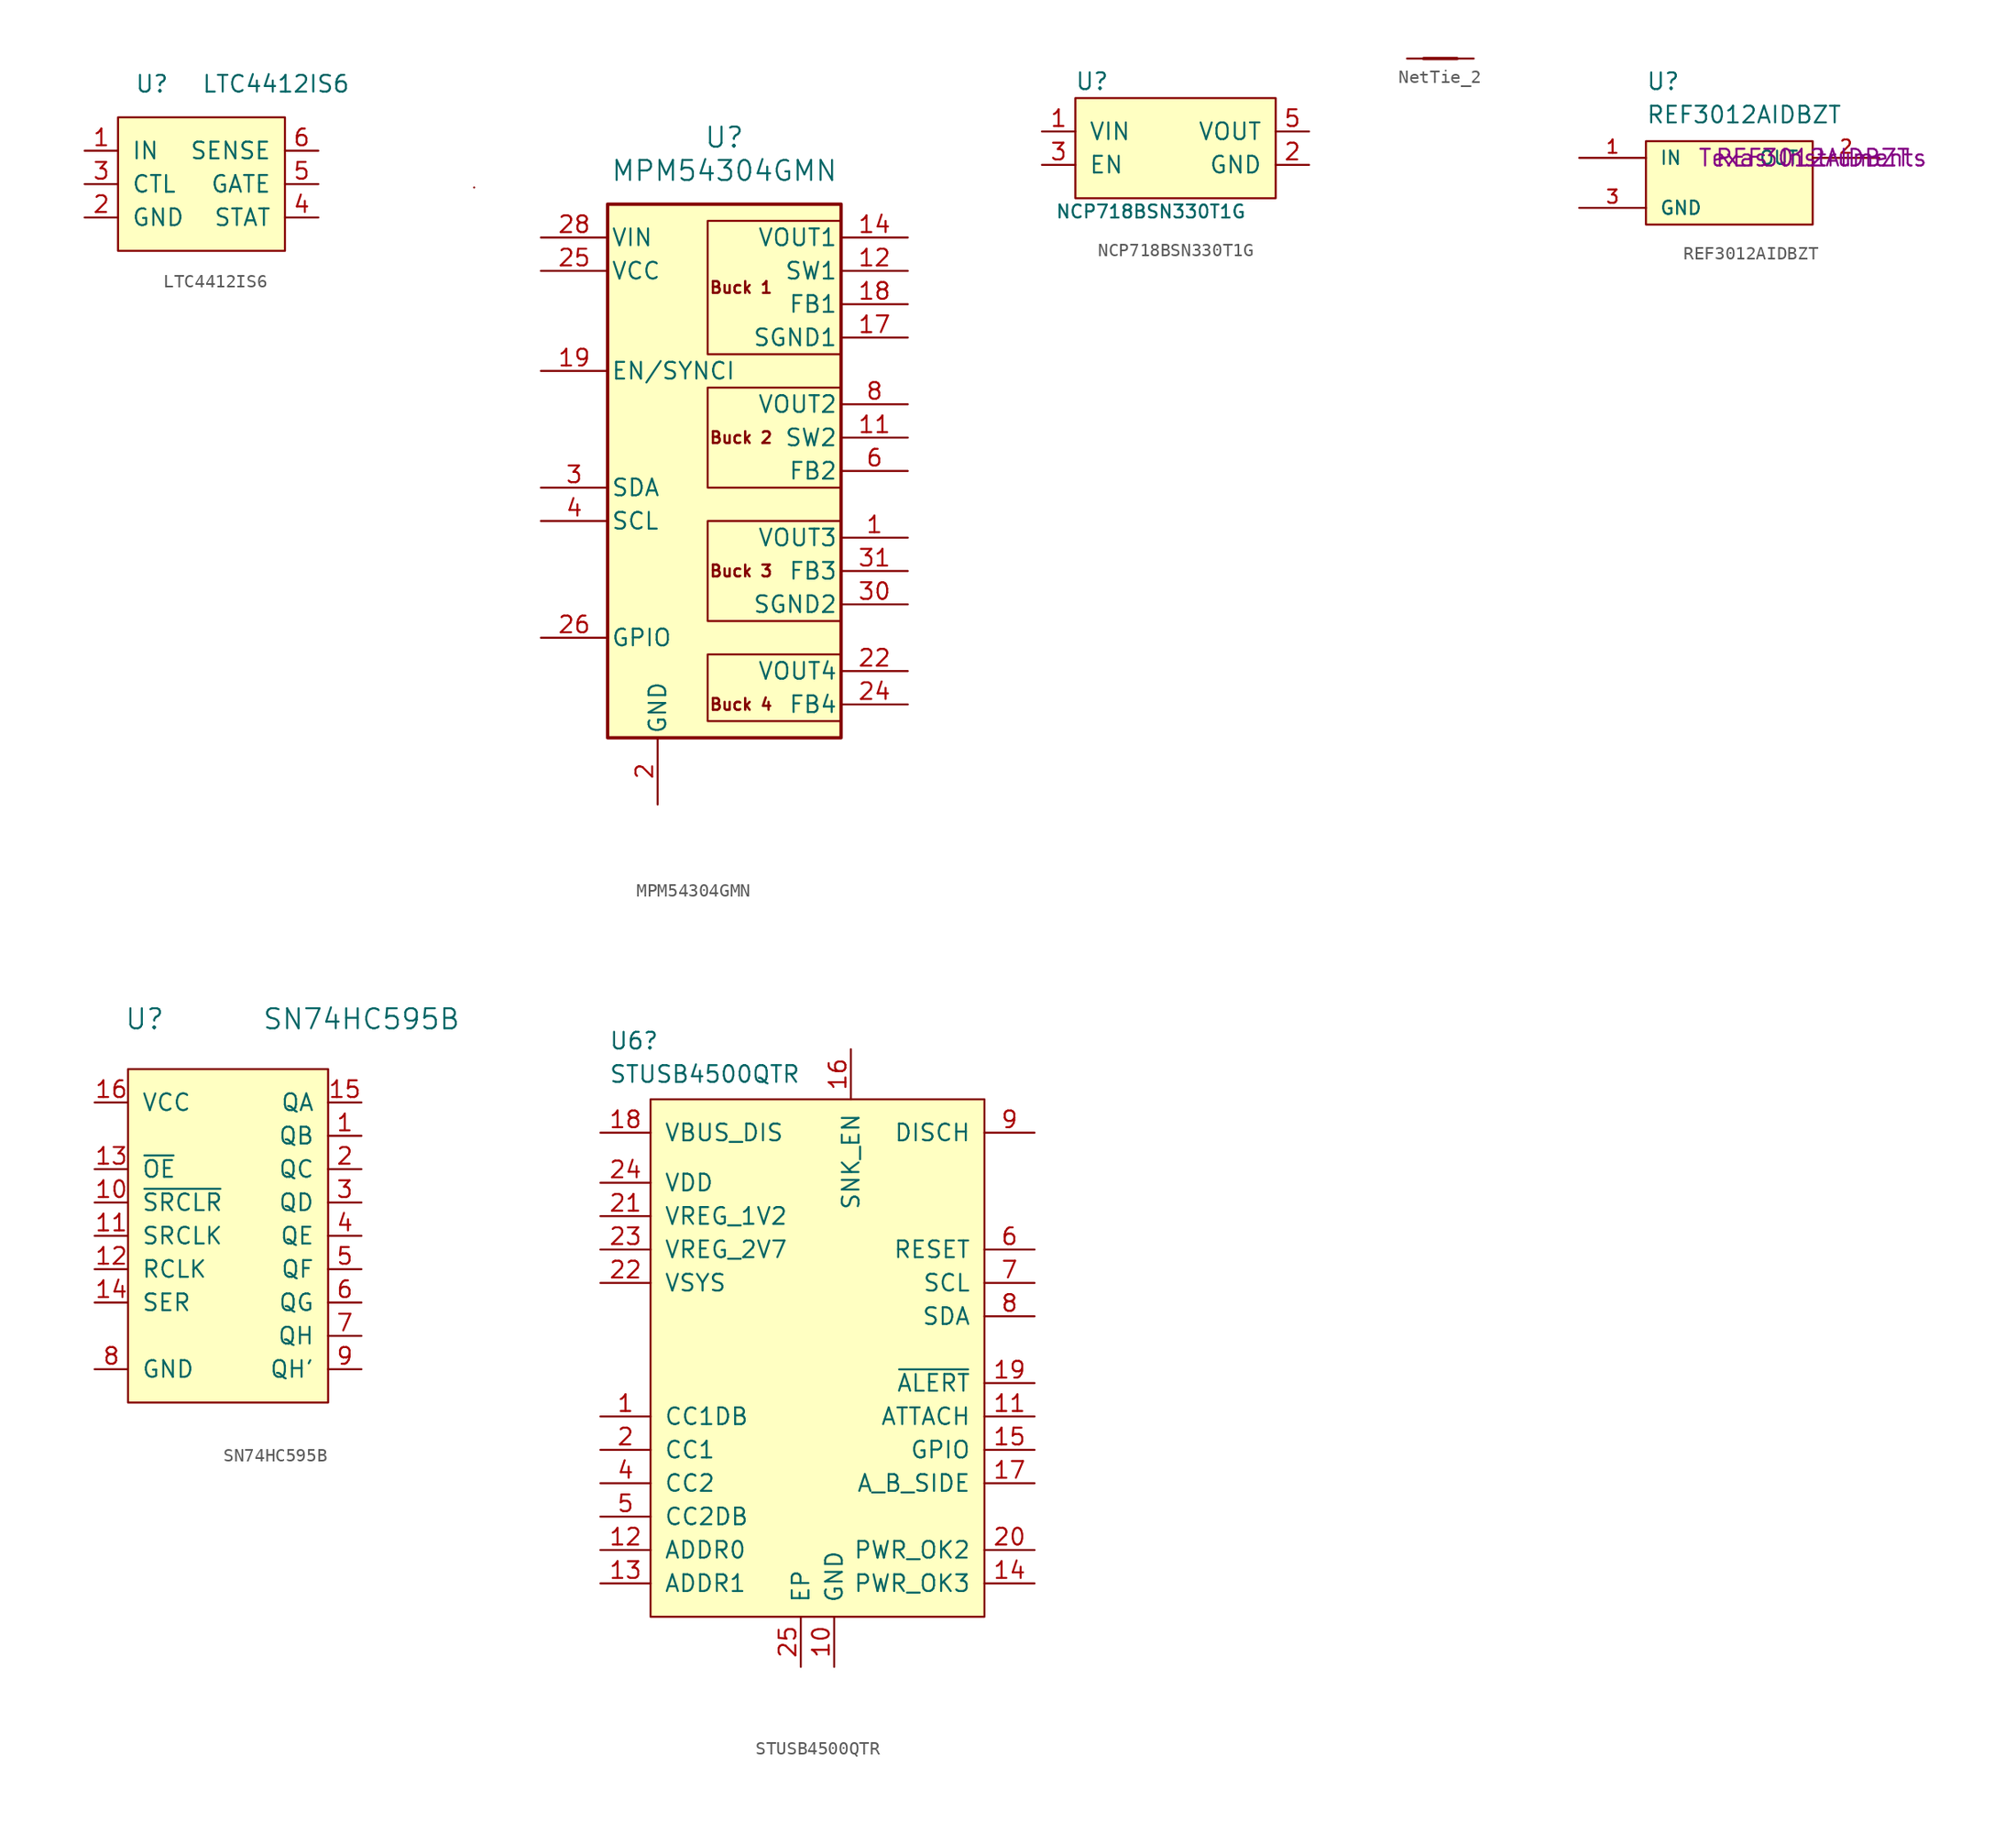
<source format=kicad_sym>
(kicad_symbol_lib
  (version 20211014)
  (generator kicad_symbol_editor)
  (symbol "LTC4412IS6"
    (pin_names
      (offset 1.016))
    (property "Reference" "U"
      (at -5.08 7.62 0)
      (effects (font (size 1.27 1.27)) (justify left)))
    (property "Value" "LTC4412IS6"
      (at 0 7.62 0)
      (effects (font (size 1.27 1.27)) (justify left)))
    (symbol "LTC4412IS6_0_1"
      (rectangle (start -6.35 5.08) (end 6.35 -5.08) (stroke (width 0) (type default) (color 0 0 0 0)) (fill (type background))))
    (symbol "LTC4412IS6_1_1"
      (pin power_in line (at -8.89 2.54 0) (length 2.54) (name "IN" (effects (font (size 1.27 1.27)))) (number "1" (effects (font (size 1.27 1.27)))))
      (pin power_in line (at -8.89 -2.54 0) (length 2.54) (name "GND" (effects (font (size 1.27 1.27)))) (number "2" (effects (font (size 1.27 1.27)))))
      (pin input line (at -8.89 0 0) (length 2.54) (name "CTL" (effects (font (size 1.27 1.27)))) (number "3" (effects (font (size 1.27 1.27)))))
      (pin output line (at 8.89 -2.54 180) (length 2.54) (name "STAT" (effects (font (size 1.27 1.27)))) (number "4" (effects (font (size 1.27 1.27)))))
      (pin output line (at 8.89 0 180) (length 2.54) (name "GATE" (effects (font (size 1.27 1.27)))) (number "5" (effects (font (size 1.27 1.27)))))
      (pin input line (at 8.89 2.54 180) (length 2.54) (name "SENSE" (effects (font (size 1.27 1.27)))) (number "6" (effects (font (size 1.27 1.27)))))))
  (symbol "MPM54304GMN"
    (pin_names
      (offset 0.254))
    (property "Reference" "U"
      (at 0 25.4 0)
      (effects (font (size 1.524 1.524))))
    (property "Value" "MPM54304GMN"
      (at 0 22.86 0)
      (effects (font (size 1.524 1.524))))
    (symbol "MPM54304GMN_0_0"
      (polyline (pts (xy 8.89 -13.97) (xy -1.27 -13.97) (xy -1.27 -19.05) (xy 8.89 -19.05)) (stroke (width 0.152) (type default) (color 0 0 0 0)) (fill (type none)))
      (polyline (pts (xy 8.89 -3.81) (xy -1.27 -3.81) (xy -1.27 -11.43) (xy 8.89 -11.43)) (stroke (width 0.152) (type default) (color 0 0 0 0)) (fill (type none)))
      (polyline (pts (xy 8.89 6.35) (xy -1.27 6.35) (xy -1.27 -1.27) (xy 8.89 -1.27)) (stroke (width 0.152) (type default) (color 0 0 0 0)) (fill (type none)))
      (polyline (pts (xy 8.89 19.05) (xy -1.27 19.05) (xy -1.27 8.89) (xy 8.89 8.89)) (stroke (width 0.152) (type default) (color 0 0 0 0)) (fill (type none)))
      (text "Buck 1" (at 1.27 13.97 0) (effects (font (size 0.889 0.889) bold)))
      (text "Buck 2" (at 1.27 2.54 0) (effects (font (size 0.889 0.889) bold)))
      (text "Buck 3" (at 1.27 -7.62 0) (effects (font (size 0.889 0.889) bold)))
      (text "Buck 4" (at 1.27 -17.78 0) (effects (font (size 0.889 0.889) bold))))
    (symbol "MPM54304GMN_0_1"
      (rectangle (start -19.05 21.59) (end -19.05 21.59) (stroke (width 0) (type default) (color 0 0 0 0)) (fill (type none))))
    (symbol "MPM54304GMN_1_1"
      (rectangle (start -8.89 20.32) (end 8.89 -20.32) (stroke (width 0.254) (type default) (color 0 0 0 0)) (fill (type background)))
      (pin power_out line (at 13.97 -5.08 180) (length 5.08) (name "VOUT3" (effects (font (size 1.27 1.27)))) (number "1" (effects (font (size 1.27 1.27)))))
      (pin passive line (at -5.08 -25.4 90) (length 5.08) hide (name "GND" (effects (font (size 1.27 1.27)))) (number "10" (effects (font (size 1.27 1.27)))))
      (pin power_out line (at 13.97 2.54 180) (length 5.08) (name "SW2" (effects (font (size 1.27 1.27)))) (number "11" (effects (font (size 1.27 1.27)))))
      (pin power_out line (at 13.97 15.24 180) (length 5.08) (name "SW1" (effects (font (size 1.27 1.27)))) (number "12" (effects (font (size 1.27 1.27)))))
      (pin passive line (at -5.08 -25.4 90) (length 5.08) hide (name "GND" (effects (font (size 1.27 1.27)))) (number "13" (effects (font (size 1.27 1.27)))))
      (pin power_out line (at 13.97 17.78 180) (length 5.08) (name "VOUT1" (effects (font (size 1.27 1.27)))) (number "14" (effects (font (size 1.27 1.27)))))
      (pin passive line (at 13.97 17.78 180) (length 5.08) hide (name "VOUT1" (effects (font (size 1.27 1.27)))) (number "15" (effects (font (size 1.27 1.27)))))
      (pin passive line (at -5.08 -25.4 90) (length 5.08) hide (name "GND" (effects (font (size 1.27 1.27)))) (number "16" (effects (font (size 1.27 1.27)))))
      (pin power_out line (at 13.97 10.16 180) (length 5.08) (name "SGND1" (effects (font (size 1.27 1.27)))) (number "17" (effects (font (size 1.27 1.27)))))
      (pin input line (at 13.97 12.7 180) (length 5.08) (name "FB1" (effects (font (size 1.27 1.27)))) (number "18" (effects (font (size 1.27 1.27)))))
      (pin input line (at -13.97 7.62 0) (length 5.08) (name "EN/SYNCI" (effects (font (size 1.27 1.27)))) (number "19" (effects (font (size 1.27 1.27)))))
      (pin power_out line (at -5.08 -25.4 90) (length 5.08) (name "GND" (effects (font (size 1.27 1.27)))) (number "2" (effects (font (size 1.27 1.27)))))
      (pin passive line (at -5.08 -25.4 90) (length 5.08) hide (name "GND" (effects (font (size 1.27 1.27)))) (number "20" (effects (font (size 1.27 1.27)))))
      (pin passive line (at -5.08 -25.4 90) (length 5.08) hide (name "GND" (effects (font (size 1.27 1.27)))) (number "21" (effects (font (size 1.27 1.27)))))
      (pin power_out line (at 13.97 -15.24 180) (length 5.08) (name "VOUT4" (effects (font (size 1.27 1.27)))) (number "22" (effects (font (size 1.27 1.27)))))
      (pin passive line (at 13.97 -15.24 180) (length 5.08) hide (name "VOUT4" (effects (font (size 1.27 1.27)))) (number "23" (effects (font (size 1.27 1.27)))))
      (pin input line (at 13.97 -17.78 180) (length 5.08) (name "FB4" (effects (font (size 1.27 1.27)))) (number "24" (effects (font (size 1.27 1.27)))))
      (pin input line (at -13.97 15.24 0) (length 5.08) (name "VCC" (effects (font (size 1.27 1.27)))) (number "25" (effects (font (size 1.27 1.27)))))
      (pin input line (at -13.97 -12.7 0) (length 5.08) (name "GPIO" (effects (font (size 1.27 1.27)))) (number "26" (effects (font (size 1.27 1.27)))))
      (pin passive line (at -5.08 -25.4 90) (length 5.08) hide (name "GND" (effects (font (size 1.27 1.27)))) (number "27" (effects (font (size 1.27 1.27)))))
      (pin input line (at -13.97 17.78 0) (length 5.08) (name "VIN" (effects (font (size 1.27 1.27)))) (number "28" (effects (font (size 1.27 1.27)))))
      (pin input line (at -13.97 17.78 0) (length 5.08) hide (name "VIN" (effects (font (size 1.27 1.27)))) (number "29" (effects (font (size 1.27 1.27)))))
      (pin bidirectional line (at -13.97 -1.27 0) (length 5.08) (name "SDA" (effects (font (size 1.27 1.27)))) (number "3" (effects (font (size 1.27 1.27)))))
      (pin power_out line (at 13.97 -10.16 180) (length 5.08) (name "SGND2" (effects (font (size 1.27 1.27)))) (number "30" (effects (font (size 1.27 1.27)))))
      (pin input line (at 13.97 -7.62 180) (length 5.08) (name "FB3" (effects (font (size 1.27 1.27)))) (number "31" (effects (font (size 1.27 1.27)))))
      (pin passive line (at 13.97 -5.08 180) (length 5.08) hide (name "VOUT3" (effects (font (size 1.27 1.27)))) (number "32" (effects (font (size 1.27 1.27)))))
      (pin passive line (at -5.08 -25.4 90) (length 5.08) hide (name "GND" (effects (font (size 1.27 1.27)))) (number "33" (effects (font (size 1.27 1.27)))))
      (pin input line (at -13.97 -3.81 0) (length 5.08) (name "SCL" (effects (font (size 1.27 1.27)))) (number "4" (effects (font (size 1.27 1.27)))))
      (pin passive line (at -5.08 -25.4 90) (length 5.08) hide (name "GND" (effects (font (size 1.27 1.27)))) (number "5" (effects (font (size 1.27 1.27)))))
      (pin input line (at 13.97 0 180) (length 5.08) (name "FB2" (effects (font (size 1.27 1.27)))) (number "6" (effects (font (size 1.27 1.27)))))
      (pin passive line (at -5.08 -25.4 90) (length 5.08) hide (name "GND" (effects (font (size 1.27 1.27)))) (number "7" (effects (font (size 1.27 1.27)))))
      (pin power_out line (at 13.97 5.08 180) (length 5.08) (name "VOUT2" (effects (font (size 1.27 1.27)))) (number "8" (effects (font (size 1.27 1.27)))))
      (pin passive line (at 13.97 5.08 180) (length 5.08) hide (name "VOUT2" (effects (font (size 1.27 1.27)))) (number "9" (effects (font (size 1.27 1.27)))))))
  (symbol "NCP718BSN330T1G"
    (pin_names
      (offset 1.016))
    (property "Reference" "U"
      (at -6.35 5.08 0)
      (effects (font (size 1.27 1.27))))
    (property "Value" "NCP718BSN330T1G"
      (at -1.88 -4.826 0)
      (effects (font (size 0.991 0.991))))
    (symbol "NCP718BSN330T1G_0_1"
      (rectangle (start -7.62 3.81) (end 7.62 -3.81) (stroke (width 0) (type default) (color 0 0 0 0)) (fill (type background))))
    (symbol "NCP718BSN330T1G_1_1"
      (pin passive line (at -10.16 1.27 0) (length 2.54) (name "VIN" (effects (font (size 1.27 1.27)))) (number "1" (effects (font (size 1.27 1.27)))))
      (pin passive line (at 10.16 -1.27 180) (length 2.54) (name "GND" (effects (font (size 1.27 1.27)))) (number "2" (effects (font (size 1.27 1.27)))))
      (pin passive line (at -10.16 -1.27 0) (length 2.54) (name "EN" (effects (font (size 1.27 1.27)))) (number "3" (effects (font (size 1.27 1.27)))))
      (pin no_connect line (at 0 -3.81 90) (length 2.54) hide (name "NC" (effects (font (size 1.27 1.27)))) (number "4" (effects (font (size 1.27 1.27)))))
      (pin passive line (at 10.16 1.27 180) (length 2.54) (name "VOUT" (effects (font (size 1.27 1.27)))) (number "5" (effects (font (size 1.27 1.27)))))))
  (symbol "NetTie_2"
    (pin_numbers hide)
    (pin_names
      (offset 0) hide)
    (property "Reference" "NT"
      (at 0 1.27 0)
      (effects (font (size 1.27 1.27)) hide))
    (symbol "NetTie_2_0_1"
      (polyline (pts (xy -1.27 0) (xy 1.27 0)) (stroke (width 0.254) (type default) (color 0 0 0 0)) (fill (type none))))
    (symbol "NetTie_2_1_1"
      (pin passive line (at -2.54 0 0) (length 2.54) (name "1" (effects (font (size 1.27 1.27)))) (number "1" (effects (font (size 1.27 1.27)))))
      (pin passive line (at 2.54 0 180) (length 2.54) (name "2" (effects (font (size 1.27 1.27)))) (number "2" (effects (font (size 1.27 1.27)))))))
  (symbol "REF3012AIDBZT"
    (pin_names
      (offset 1.016))
    (property "Reference" "U"
      (at -12.7 5.08 0)
      (effects (font (size 1.27 1.27)) (justify left bottom)))
    (property "Value" "REF3012AIDBZT"
      (at -12.7 2.54 0)
      (effects (font (size 1.27 1.27)) (justify left bottom)))
    (property "MPN" "REF3012AIDBZT"
      (at 0 0 0)
      (effects (font (size 1.27 1.27))))
    (property "Manufacturer" "Texas Instruments"
      (at 0 0 0)
      (effects (font (size 1.27 1.27))))
    (symbol "REF3012AIDBZT_0_0"
      (rectangle (start -12.7 1.27) (end 0 -5.08) (stroke (width 0.152) (type default) (color 0 0 0 0)) (fill (type background)))
      (pin power_in line (at -17.78 0 0) (length 5.08) (name "IN" (effects (font (size 1.016 1.016)))) (number "1" (effects (font (size 1.016 1.016)))))
      (pin output line (at 5.08 0 180) (length 5.08) (name "OUT" (effects (font (size 1.016 1.016)))) (number "2" (effects (font (size 1.016 1.016)))))
      (pin passive line (at -17.78 -3.81 0) (length 5.08) (name "GND" (effects (font (size 1.016 1.016)))) (number "3" (effects (font (size 1.016 1.016)))))))
  (symbol "SN74HC595B"
    (pin_names
      (offset 1.016))
    (property "Reference" "U"
      (at -6.35 16.51 0)
      (effects (font (size 1.524 1.524))))
    (property "Value" "SN74HC595B"
      (at 10.16 16.51 0)
      (effects (font (size 1.524 1.524))))
    (symbol "SN74HC595B_0_1"
      (rectangle (start -7.62 12.7) (end 7.62 -12.7) (stroke (width 0) (type default) (color 0 0 0 0)) (fill (type background))))
    (symbol "SN74HC595B_1_1"
      (pin output line (at 10.16 7.62 180) (length 2.54) (name "QB" (effects (font (size 1.27 1.27)))) (number "1" (effects (font (size 1.27 1.27)))))
      (pin input line (at -10.16 2.54 0) (length 2.54) (name "~{SRCLR}" (effects (font (size 1.27 1.27)))) (number "10" (effects (font (size 1.27 1.27)))))
      (pin input line (at -10.16 0 0) (length 2.54) (name "SRCLK" (effects (font (size 1.27 1.27)))) (number "11" (effects (font (size 1.27 1.27)))))
      (pin input line (at -10.16 -2.54 0) (length 2.54) (name "RCLK" (effects (font (size 1.27 1.27)))) (number "12" (effects (font (size 1.27 1.27)))))
      (pin input line (at -10.16 5.08 0) (length 2.54) (name "~{OE}" (effects (font (size 1.27 1.27)))) (number "13" (effects (font (size 1.27 1.27)))))
      (pin input line (at -10.16 -5.08 0) (length 2.54) (name "SER" (effects (font (size 1.27 1.27)))) (number "14" (effects (font (size 1.27 1.27)))))
      (pin output line (at 10.16 10.16 180) (length 2.54) (name "QA" (effects (font (size 1.27 1.27)))) (number "15" (effects (font (size 1.27 1.27)))))
      (pin power_in line (at -10.16 10.16 0) (length 2.54) (name "VCC" (effects (font (size 1.27 1.27)))) (number "16" (effects (font (size 1.27 1.27)))))
      (pin no_connect line (at 0 -12.7 90) (length 2.54) hide (name "EP" (effects (font (size 1.27 1.27)))) (number "17" (effects (font (size 1.27 1.27)))))
      (pin output line (at 10.16 5.08 180) (length 2.54) (name "QC" (effects (font (size 1.27 1.27)))) (number "2" (effects (font (size 1.27 1.27)))))
      (pin output line (at 10.16 2.54 180) (length 2.54) (name "QD" (effects (font (size 1.27 1.27)))) (number "3" (effects (font (size 1.27 1.27)))))
      (pin output line (at 10.16 0 180) (length 2.54) (name "QE" (effects (font (size 1.27 1.27)))) (number "4" (effects (font (size 1.27 1.27)))))
      (pin output line (at 10.16 -2.54 180) (length 2.54) (name "QF" (effects (font (size 1.27 1.27)))) (number "5" (effects (font (size 1.27 1.27)))))
      (pin output line (at 10.16 -5.08 180) (length 2.54) (name "QG" (effects (font (size 1.27 1.27)))) (number "6" (effects (font (size 1.27 1.27)))))
      (pin output line (at 10.16 -7.62 180) (length 2.54) (name "QH" (effects (font (size 1.27 1.27)))) (number "7" (effects (font (size 1.27 1.27)))))
      (pin power_in line (at -10.16 -10.16 0) (length 2.54) (name "GND" (effects (font (size 1.27 1.27)))) (number "8" (effects (font (size 1.27 1.27)))))
      (pin output line (at 10.16 -10.16 180) (length 2.54) (name "QH'" (effects (font (size 1.27 1.27)))) (number "9" (effects (font (size 1.27 1.27)))))))
  (symbol "STUSB4500QTR"
    (pin_names
      (offset 1.016))
    (property "Reference" "U6"
      (at -15.875 26.035 0)
      (effects (font (size 1.27 1.27)) (justify left)))
    (property "Value" "STUSB4500QTR"
      (at -15.875 23.498 0)
      (effects (font (size 1.27 1.27)) (justify left)))
    (symbol "STUSB4500QTR_1_1"
      (rectangle (start -12.7 21.59) (end 12.7 -17.78) (stroke (width 0) (type default) (color 0 0 0 0)) (fill (type background)))
      (pin bidirectional line (at -16.51 -2.54 0) (length 3.81) (name "CC1DB" (effects (font (size 1.27 1.27)))) (number "1" (effects (font (size 1.27 1.27)))))
      (pin power_in line (at 1.27 -21.59 90) (length 3.81) (name "GND" (effects (font (size 1.27 1.27)))) (number "10" (effects (font (size 1.27 1.27)))))
      (pin output line (at 16.51 -2.54 180) (length 3.81) (name "ATTACH" (effects (font (size 1.27 1.27)))) (number "11" (effects (font (size 1.27 1.27)))))
      (pin input line (at -16.51 -12.7 0) (length 3.81) (name "ADDR0" (effects (font (size 1.27 1.27)))) (number "12" (effects (font (size 1.27 1.27)))))
      (pin input line (at -16.51 -15.24 0) (length 3.81) (name "ADDR1" (effects (font (size 1.27 1.27)))) (number "13" (effects (font (size 1.27 1.27)))))
      (pin output line (at 16.51 -15.24 180) (length 3.81) (name "PWR_OK3" (effects (font (size 1.27 1.27)))) (number "14" (effects (font (size 1.27 1.27)))))
      (pin output line (at 16.51 -5.08 180) (length 3.81) (name "GPIO" (effects (font (size 1.27 1.27)))) (number "15" (effects (font (size 1.27 1.27)))))
      (pin output line (at 2.54 25.4 270) (length 3.81) (name "SNK_EN" (effects (font (size 1.27 1.27)))) (number "16" (effects (font (size 1.27 1.27)))))
      (pin output line (at 16.51 -7.62 180) (length 3.81) (name "A_B_SIDE" (effects (font (size 1.27 1.27)))) (number "17" (effects (font (size 1.27 1.27)))))
      (pin input line (at -16.51 19.05 0) (length 3.81) (name "VBUS_DIS" (effects (font (size 1.27 1.27)))) (number "18" (effects (font (size 1.27 1.27)))))
      (pin output line (at 16.51 0 180) (length 3.81) (name "~{ALERT}" (effects (font (size 1.27 1.27)))) (number "19" (effects (font (size 1.27 1.27)))))
      (pin bidirectional line (at -16.51 -5.08 0) (length 3.81) (name "CC1" (effects (font (size 1.27 1.27)))) (number "2" (effects (font (size 1.27 1.27)))))
      (pin output line (at 16.51 -12.7 180) (length 3.81) (name "PWR_OK2" (effects (font (size 1.27 1.27)))) (number "20" (effects (font (size 1.27 1.27)))))
      (pin output line (at -16.51 12.7 0) (length 3.81) (name "VREG_1V2" (effects (font (size 1.27 1.27)))) (number "21" (effects (font (size 1.27 1.27)))))
      (pin power_in line (at -16.51 7.62 0) (length 3.81) (name "VSYS" (effects (font (size 1.27 1.27)))) (number "22" (effects (font (size 1.27 1.27)))))
      (pin output line (at -16.51 10.16 0) (length 3.81) (name "VREG_2V7" (effects (font (size 1.27 1.27)))) (number "23" (effects (font (size 1.27 1.27)))))
      (pin power_in line (at -16.51 15.24 0) (length 3.81) (name "VDD" (effects (font (size 1.27 1.27)))) (number "24" (effects (font (size 1.27 1.27)))))
      (pin power_in line (at -1.27 -21.59 90) (length 3.81) (name "EP" (effects (font (size 1.27 1.27)))) (number "25" (effects (font (size 1.27 1.27)))))
      (pin no_connect line (at -12.7 3.81 0) (length 2.54) hide (name "NC" (effects (font (size 1.27 1.27)))) (number "3" (effects (font (size 1.27 1.27)))))
      (pin bidirectional line (at -16.51 -7.62 0) (length 3.81) (name "CC2" (effects (font (size 1.27 1.27)))) (number "4" (effects (font (size 1.27 1.27)))))
      (pin bidirectional line (at -16.51 -10.16 0) (length 3.81) (name "CC2DB" (effects (font (size 1.27 1.27)))) (number "5" (effects (font (size 1.27 1.27)))))
      (pin input line (at 16.51 10.16 180) (length 3.81) (name "RESET" (effects (font (size 1.27 1.27)))) (number "6" (effects (font (size 1.27 1.27)))))
      (pin input line (at 16.51 7.62 180) (length 3.81) (name "SCL" (effects (font (size 1.27 1.27)))) (number "7" (effects (font (size 1.27 1.27)))))
      (pin bidirectional line (at 16.51 5.08 180) (length 3.81) (name "SDA" (effects (font (size 1.27 1.27)))) (number "8" (effects (font (size 1.27 1.27)))))
      (pin bidirectional line (at 16.51 19.05 180) (length 3.81) (name "DISCH" (effects (font (size 1.27 1.27)))) (number "9" (effects (font (size 1.27 1.27))))))))
</source>
